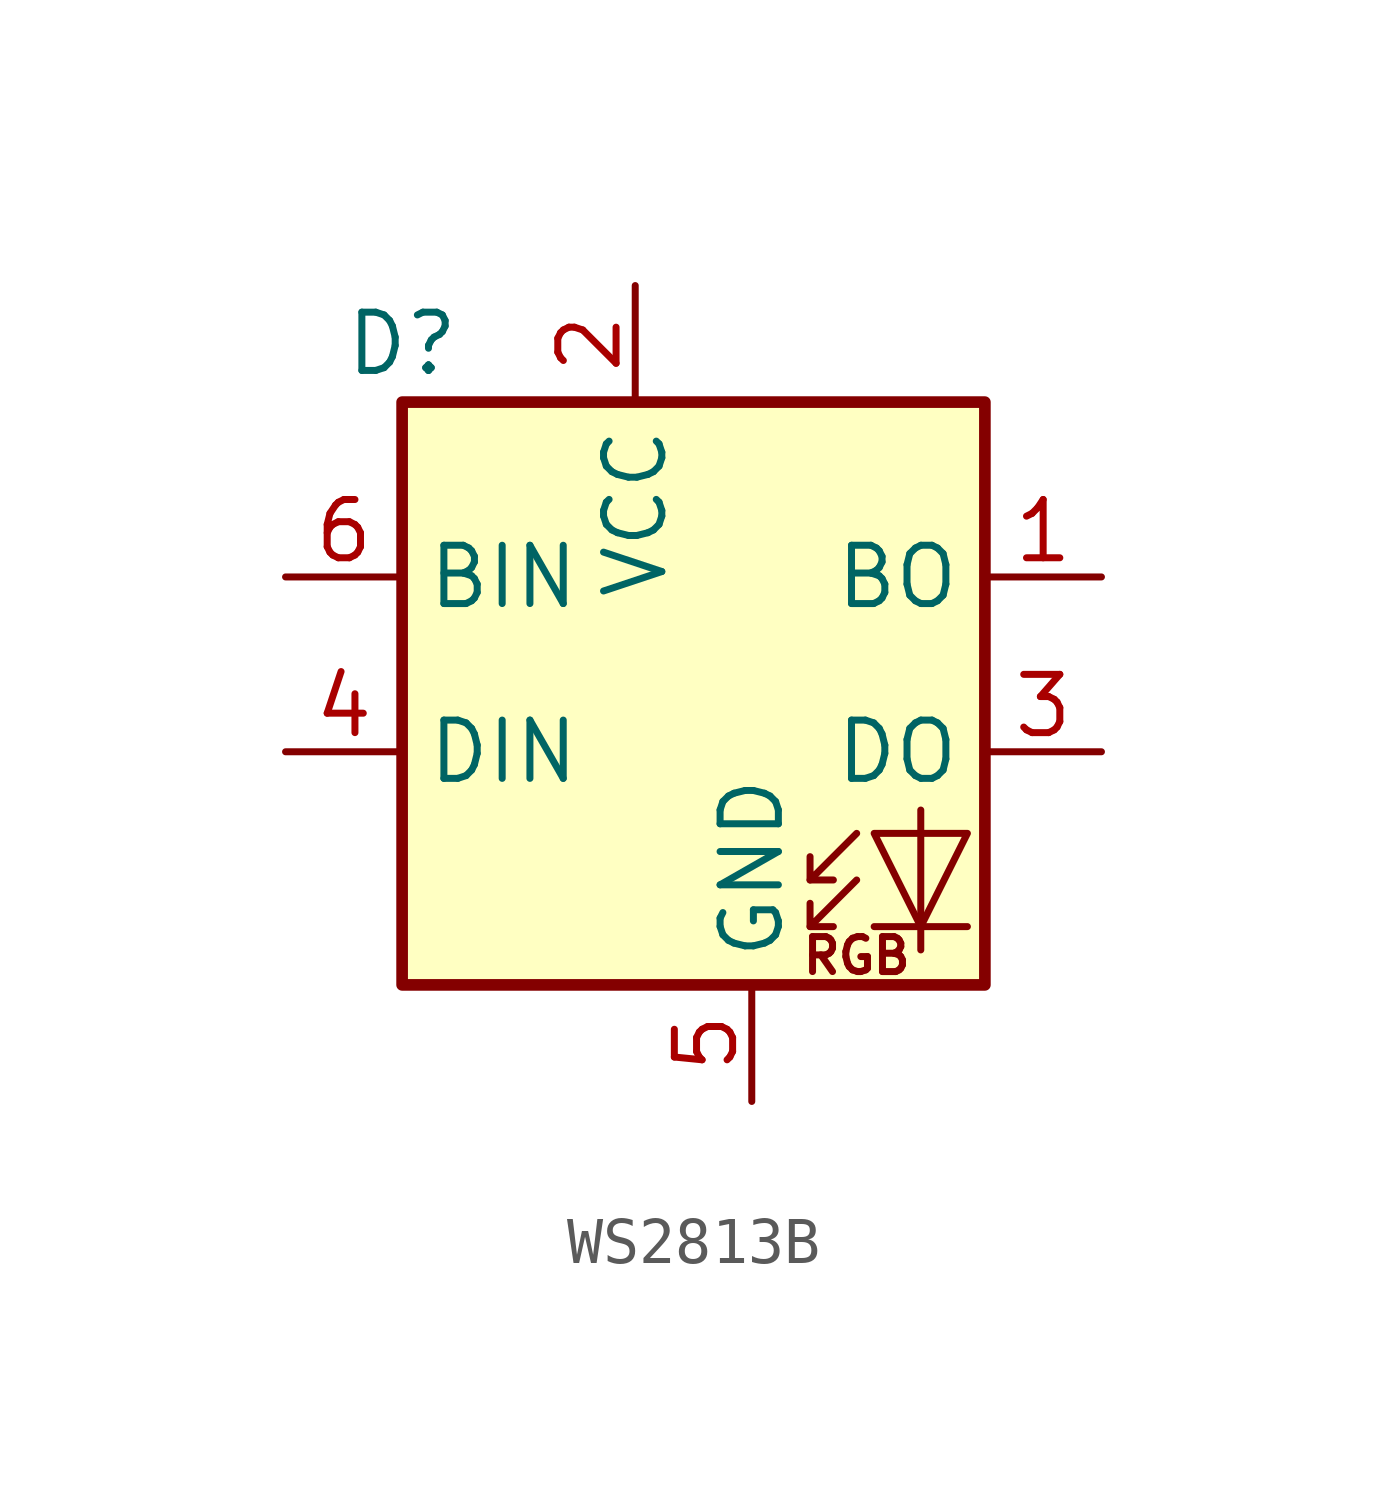
<source format=kicad_sym>
(kicad_symbol_lib
  (version 20220914)
  (generator kicad_symbol_editor)
  (symbol "WS2813B"
    (property "Reference" "D"
      (at -6.35 7.62 0)
      (effects (font (size 1.27 1.27))))
    (property "Value" ""
      (at 0 0 0)
      (effects (font (size 1.27 1.27))))
    (symbol "WS2813B_0_0"
      (text "RGB" (at 3.556 -5.715 0) (effects (font (size 0.762 0.762)))))
    (symbol "WS2813B_0_1"
      (rectangle (start -6.35 6.35) (end 6.35 -6.35) (stroke (width 0.254) (type default)) (fill (type background)))
      (polyline (pts (xy 2.54 -5.08) (xy 3.048 -5.08)) (stroke (width 0) (type default)) (fill (type none)))
      (polyline (pts (xy 2.54 -4.064) (xy 3.048 -4.064)) (stroke (width 0) (type default)) (fill (type none)))
      (polyline (pts (xy 5.969 -5.08) (xy 3.937 -5.08)) (stroke (width 0) (type default)) (fill (type none)))
      (polyline (pts (xy 3.556 -4.064) (xy 2.54 -5.08) (xy 2.54 -4.572)) (stroke (width 0) (type default)) (fill (type none)))
      (polyline (pts (xy 3.556 -3.048) (xy 2.54 -4.064) (xy 2.54 -3.556)) (stroke (width 0) (type default)) (fill (type none)))
      (polyline (pts (xy 4.953 -2.54) (xy 4.953 -5.08) (xy 4.953 -5.588)) (stroke (width 0) (type default)) (fill (type none)))
      (polyline (pts (xy 5.969 -3.048) (xy 3.937 -3.048) (xy 4.953 -5.08) (xy 5.969 -3.048)) (stroke (width 0) (type default)) (fill (type none))))
    (symbol "WS2813B_1_1"
      (pin output line (at 8.89 2.54 180) (length 2.54) (name "BO" (effects (font (size 1.27 1.27)))) (number "1" (effects (font (size 1.27 1.27)))))
      (pin power_in line (at -1.27 8.89 270) (length 2.54) (name "VCC" (effects (font (size 1.27 1.27)))) (number "2" (effects (font (size 1.27 1.27)))))
      (pin input line (at 8.89 -1.27 180) (length 2.54) (name "DO" (effects (font (size 1.27 1.27)))) (number "3" (effects (font (size 1.27 1.27)))))
      (pin input line (at -8.89 -1.27 0) (length 2.54) (name "DIN" (effects (font (size 1.27 1.27)))) (number "4" (effects (font (size 1.27 1.27)))))
      (pin power_in line (at 1.27 -8.89 90) (length 2.54) (name "GND" (effects (font (size 1.27 1.27)))) (number "5" (effects (font (size 1.27 1.27)))))
      (pin input line (at -8.89 2.54 0) (length 2.54) (name "BIN" (effects (font (size 1.27 1.27)))) (number "6" (effects (font (size 1.27 1.27))))))))
</source>
